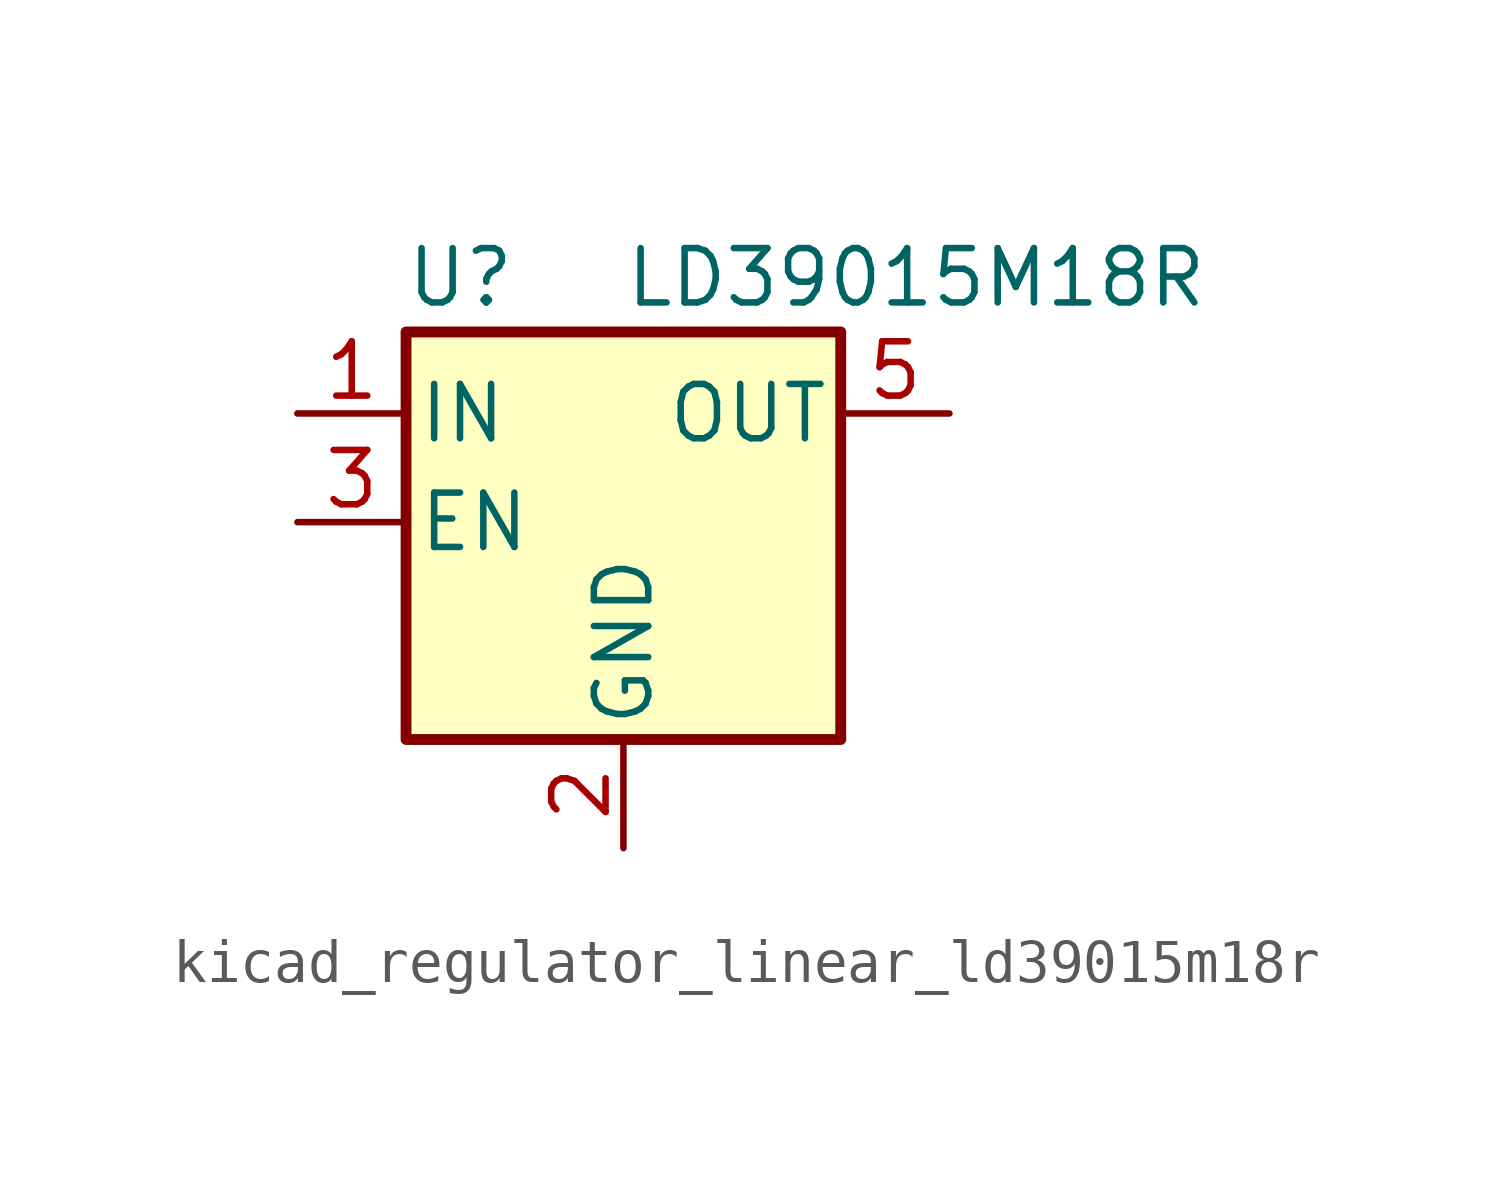
<source format=kicad_sym>
(kicad_symbol_lib
  (version 20220914)
  (generator kicad_symbol_editor)
  (symbol "kicad_regulator_linear_ld39015m18r"
    (pin_names
      (offset 0.254))
    (property "Reference" "U"
      (at -3.81 5.715 0)
      (effects (font (size 1.27 1.27))))
    (property "Value" "LD39015M18R"
      (at 0 5.715 0)
      (effects (font (size 1.27 1.27)) (justify left)))
    (symbol "kicad_regulator_linear_ld39015m18r_0_1"
      (rectangle (start -5.08 4.445) (end 5.08 -5.08) (stroke (width 0.254) (type default)) (fill (type background))))
    (symbol "kicad_regulator_linear_ld39015m18r_1_1"
      (pin power_in line (at -7.62 2.54 0) (length 2.54) (name "IN" (effects (font (size 1.27 1.27)))) (number "1" (effects (font (size 1.27 1.27)))))
      (pin power_in line (at 0 -7.62 90) (length 2.54) (name "GND" (effects (font (size 1.27 1.27)))) (number "2" (effects (font (size 1.27 1.27)))))
      (pin input line (at -7.62 0 0) (length 2.54) (name "EN" (effects (font (size 1.27 1.27)))) (number "3" (effects (font (size 1.27 1.27)))))
      (pin no_connect line (at 5.08 0 180) (length 2.54) hide (name "NC" (effects (font (size 1.27 1.27)))) (number "4" (effects (font (size 1.27 1.27)))))
      (pin power_out line (at 7.62 2.54 180) (length 2.54) (name "OUT" (effects (font (size 1.27 1.27)))) (number "5" (effects (font (size 1.27 1.27))))))))
</source>
